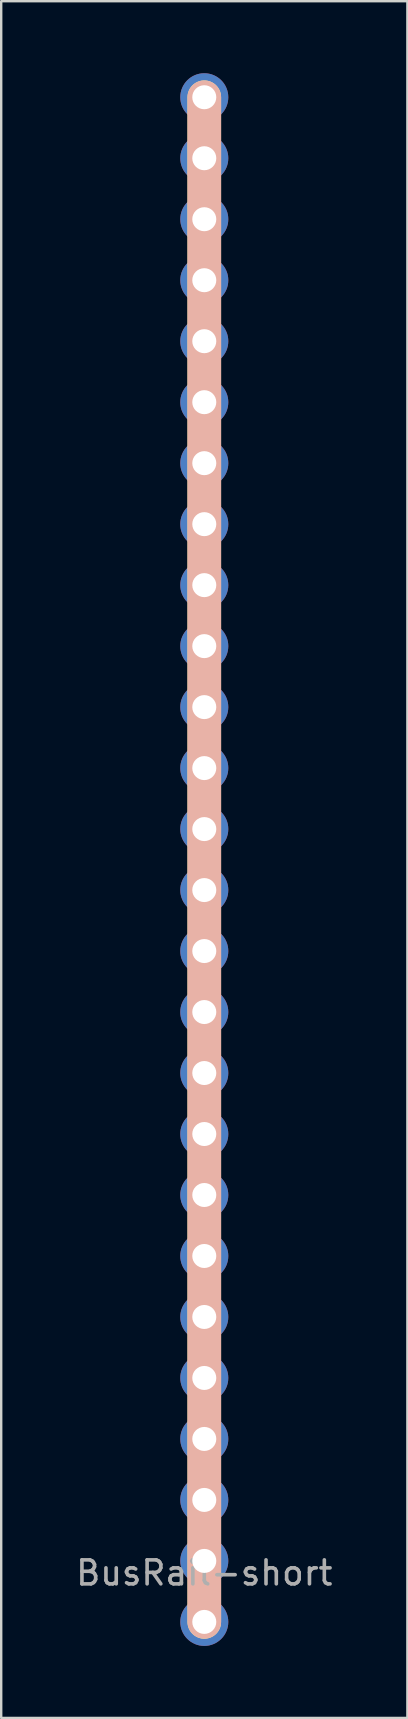
<source format=kicad_pcb>
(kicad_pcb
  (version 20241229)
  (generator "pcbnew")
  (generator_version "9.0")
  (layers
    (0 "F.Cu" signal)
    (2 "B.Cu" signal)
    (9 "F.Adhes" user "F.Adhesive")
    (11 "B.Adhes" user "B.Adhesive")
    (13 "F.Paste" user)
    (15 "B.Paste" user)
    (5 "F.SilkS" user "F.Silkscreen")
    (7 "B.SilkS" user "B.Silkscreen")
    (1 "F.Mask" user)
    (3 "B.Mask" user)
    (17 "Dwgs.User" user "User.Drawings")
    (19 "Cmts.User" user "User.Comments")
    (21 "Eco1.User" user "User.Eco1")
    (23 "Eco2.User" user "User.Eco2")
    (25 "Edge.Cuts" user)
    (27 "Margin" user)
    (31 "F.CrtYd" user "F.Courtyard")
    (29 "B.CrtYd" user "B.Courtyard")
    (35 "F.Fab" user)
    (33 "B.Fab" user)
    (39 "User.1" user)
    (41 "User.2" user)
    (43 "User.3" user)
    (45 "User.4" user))
  (footprint "BusRail-short"
    (layer "F.Cu")
    (at 5.458 1)
    (property "Reference" "BusRail-short" (at 0 61.46 0) (layer "F.Fab") (effects (font (size 1 1) (thickness 0.15))))
    (attr through_hole)
    (fp_line (start 0 0) (end 0 63.5) (stroke (width 1.4) (type solid)) (layer "F.SilkS"))
    (fp_line (start 0 0) (end 0 63.5) (stroke (width 1.4) (type solid)) (layer "B.SilkS"))
    (pad "1" thru_hole circle (at 0 0) (size 2 2) (drill 1) (layers "*.Cu" "*.Mask"))
    (pad "1" thru_hole circle (at 0 2.54) (size 2 2) (drill 1) (layers "*.Cu" "*.Mask"))
    (pad "1" thru_hole circle (at 0 5.08) (size 2 2) (drill 1) (layers "*.Cu" "*.Mask"))
    (pad "1" thru_hole circle (at 0 7.62) (size 2 2) (drill 1) (layers "*.Cu" "*.Mask"))
    (pad "1" thru_hole circle (at 0 10.16) (size 2 2) (drill 1) (layers "*.Cu" "*.Mask"))
    (pad "1" thru_hole circle (at 0 12.7) (size 2 2) (drill 1) (layers "*.Cu" "*.Mask"))
    (pad "1" thru_hole circle (at 0 15.24) (size 2 2) (drill 1) (layers "*.Cu" "*.Mask"))
    (pad "1" thru_hole circle (at 0 17.78) (size 2 2) (drill 1) (layers "*.Cu" "*.Mask"))
    (pad "1" thru_hole circle (at 0 20.32) (size 2 2) (drill 1) (layers "*.Cu" "*.Mask"))
    (pad "1" thru_hole circle (at 0 22.86) (size 2 2) (drill 1) (layers "*.Cu" "*.Mask"))
    (pad "1" thru_hole circle (at 0 25.4) (size 2 2) (drill 1) (layers "*.Cu" "*.Mask"))
    (pad "1" thru_hole circle (at 0 27.94) (size 2 2) (drill 1) (layers "*.Cu" "*.Mask"))
    (pad "1" thru_hole circle (at 0 30.48) (size 2 2) (drill 1) (layers "*.Cu" "*.Mask"))
    (pad "1" thru_hole circle (at 0 33.02) (size 2 2) (drill 1) (layers "*.Cu" "*.Mask"))
    (pad "1" thru_hole circle (at 0 35.56) (size 2 2) (drill 1) (layers "*.Cu" "*.Mask"))
    (pad "1" thru_hole circle (at 0 38.1) (size 2 2) (drill 1) (layers "*.Cu" "*.Mask"))
    (pad "1" thru_hole circle (at 0 40.64) (size 2 2) (drill 1) (layers "*.Cu" "*.Mask"))
    (pad "1" thru_hole circle (at 0 43.18) (size 2 2) (drill 1) (layers "*.Cu" "*.Mask"))
    (pad "1" thru_hole circle (at 0 45.72) (size 2 2) (drill 1) (layers "*.Cu" "*.Mask"))
    (pad "1" thru_hole circle (at 0 48.26) (size 2 2) (drill 1) (layers "*.Cu" "*.Mask"))
    (pad "1" thru_hole circle (at 0 50.8) (size 2 2) (drill 1) (layers "*.Cu" "*.Mask"))
    (pad "1" thru_hole circle (at 0 53.34) (size 2 2) (drill 1) (layers "*.Cu" "*.Mask"))
    (pad "1" thru_hole circle (at 0 55.88) (size 2 2) (drill 1) (layers "*.Cu" "*.Mask"))
    (pad "1" thru_hole circle (at 0 58.42) (size 2 2) (drill 1) (layers "*.Cu" "*.Mask"))
    (pad "1" thru_hole circle (at 0 60.96) (size 2 2) (drill 1) (layers "*.Cu" "*.Mask"))
    (pad "1" thru_hole circle (at 0 63.5) (size 2 2) (drill 1) (layers "*.Cu" "*.Mask"))
    (pad "2" smd rect (at 0 31.75) (size 1 63.5) (layers "B.Cu")))
  (gr_rect
    (start -3 -3)
    (end 13.917 68.5)
    (stroke (width 0.1) (type default))
    (fill no)
    (layer "Edge.Cuts")))
</source>
